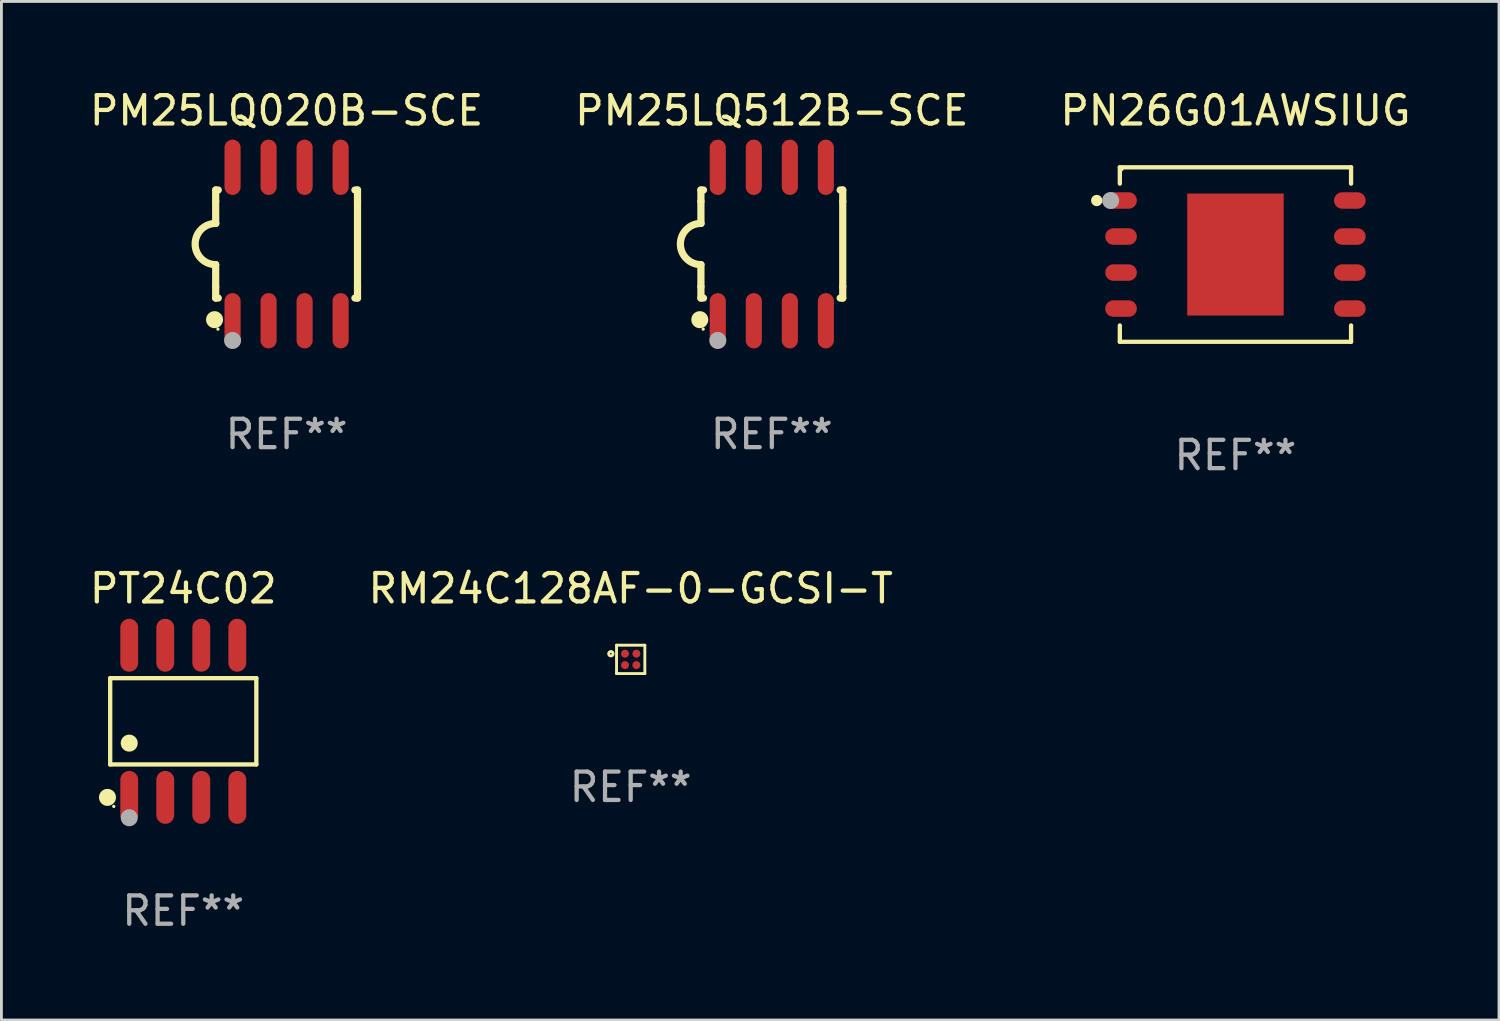
<source format=kicad_pcb>
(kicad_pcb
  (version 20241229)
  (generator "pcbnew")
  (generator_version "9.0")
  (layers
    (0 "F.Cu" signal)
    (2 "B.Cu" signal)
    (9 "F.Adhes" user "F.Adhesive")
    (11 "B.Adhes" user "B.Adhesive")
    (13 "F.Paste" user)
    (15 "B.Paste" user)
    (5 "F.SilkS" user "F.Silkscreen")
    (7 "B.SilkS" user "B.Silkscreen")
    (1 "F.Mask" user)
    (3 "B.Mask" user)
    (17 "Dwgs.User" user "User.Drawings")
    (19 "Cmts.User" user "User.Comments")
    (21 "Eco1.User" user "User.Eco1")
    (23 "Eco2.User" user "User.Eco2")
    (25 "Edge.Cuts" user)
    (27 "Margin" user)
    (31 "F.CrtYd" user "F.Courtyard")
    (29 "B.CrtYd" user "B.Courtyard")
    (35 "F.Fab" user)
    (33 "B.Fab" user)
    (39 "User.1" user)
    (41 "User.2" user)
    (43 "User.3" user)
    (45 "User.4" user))
  (footprint "PN26G01AWSIUG"
    (layer "F.Cu")
    (at 40.506 5.924)
    (property "Reference" "PN26G01AWSIUG" (at 0 -5.076 0) (layer "F.SilkS") (effects (font (size 1 1) (thickness 0.15))))
    (attr through_hole)
    (fp_line (start -4.076 -3.076) (end -4.076 -2.5) (stroke (width 0.152) (type solid)) (layer "F.SilkS"))
    (fp_line (start -4.076 -3.076) (end 4.076 -3.076) (stroke (width 0.152) (type solid)) (layer "F.SilkS"))
    (fp_line (start -4.076 3.076) (end -4.076 2.5) (stroke (width 0.152) (type solid)) (layer "F.SilkS"))
    (fp_line (start 4.076 -3.076) (end 4.076 -2.5) (stroke (width 0.152) (type solid)) (layer "F.SilkS"))
    (fp_line (start 4.076 3.076) (end -4.076 3.076) (stroke (width 0.152) (type solid)) (layer "F.SilkS"))
    (fp_line (start 4.076 3.076) (end 4.076 2.5) (stroke (width 0.152) (type solid)) (layer "F.SilkS"))
    (fp_circle (center -4.891 -1.905) (end -4.79 -1.905) (stroke (width 0.2) (type solid)) (fill no) (layer "F.SilkS"))
    (fp_circle (center -4 -3) (end -3.97 -3) (stroke (width 0.06) (type solid)) (fill no) (layer "F.SilkS"))
    (fp_circle (center -4.4 -1.905) (end -4.25 -1.905) (stroke (width 0.3) (type solid)) (fill no) (layer "F.Fab"))
    (fp_text user "REF**" (at 0 7.076 0) (layer "F.Fab") (effects (font (size 1 1) (thickness 0.15))))
    (pad "1" smd oval (at -4.033 -1.905 270) (size 0.581 1.115) (layers "F.Cu" "F.Mask" "F.Paste"))
    (pad "2" smd oval (at -4.033 -0.635 270) (size 0.581 1.115) (layers "F.Cu" "F.Mask" "F.Paste"))
    (pad "3" smd oval (at -4.033 0.635 270) (size 0.581 1.115) (layers "F.Cu" "F.Mask" "F.Paste"))
    (pad "4" smd oval (at -4.033 1.905 270) (size 0.581 1.115) (layers "F.Cu" "F.Mask" "F.Paste"))
    (pad "5" smd oval (at 4.033 1.905 270) (size 0.581 1.115) (layers "F.Cu" "F.Mask" "F.Paste"))
    (pad "6" smd oval (at 4.033 0.635 270) (size 0.581 1.115) (layers "F.Cu" "F.Mask" "F.Paste"))
    (pad "7" smd oval (at 4.033 -0.635 270) (size 0.581 1.115) (layers "F.Cu" "F.Mask" "F.Paste"))
    (pad "8" smd oval (at 4.033 -1.905 270) (size 0.581 1.115) (layers "F.Cu" "F.Mask" "F.Paste"))
    (pad "9" smd rect (at 0 0) (size 3.4 4.3) (layers "F.Cu" "F.Mask" "F.Paste")))
  (footprint "RM24C128AF-0-GCSI-T"
    (layer "F.Cu")
    (at 19.185 20.197)
    (property "Reference" "RM24C128AF-0-GCSI-T" (at 0 -2.5 0) (layer "F.SilkS") (effects (font (size 1 1) (thickness 0.15))))
    (attr through_hole)
    (fp_line (start -0.499 0.5) (end -0.499 0.44) (stroke (width 0.102) (type solid)) (layer "F.SilkS"))
    (fp_line (start -0.499 -0.5) (end 0.499 -0.5) (stroke (width 0.102) (type solid)) (layer "F.SilkS"))
    (fp_line (start -0.499 0.44) (end -0.499 -0.5) (stroke (width 0.102) (type solid)) (layer "F.SilkS"))
    (fp_line (start -0.44 0.499) (end -0.499 0.499) (stroke (width 0.102) (type solid)) (layer "F.SilkS"))
    (fp_line (start 0.499 -0.5) (end 0.499 0.499) (stroke (width 0.102) (type solid)) (layer "F.SilkS"))
    (fp_line (start 0.499 0.499) (end -0.44 0.499) (stroke (width 0.102) (type solid)) (layer "F.SilkS"))
    (fp_circle (center -0.699 -0.2) (end -0.621 -0.2) (stroke (width 0.102) (type solid)) (fill no) (layer "F.SilkS"))
    (fp_text user "REF**" (at 0 4.5 0) (layer "F.Fab") (effects (font (size 1 1) (thickness 0.15))))
    (pad "A1" smd circle (at -0.2 -0.201) (size 0.28 0.28) (layers "F.Cu" "F.Mask" "F.Paste"))
    (pad "A2" smd circle (at 0.201 -0.201) (size 0.28 0.28) (layers "F.Cu" "F.Mask" "F.Paste"))
    (pad "B1" smd circle (at -0.2 0.2) (size 0.28 0.28) (layers "F.Cu" "F.Mask" "F.Paste"))
    (pad "B2" smd circle (at 0.201 0.2) (size 0.28 0.28) (layers "F.Cu" "F.Mask" "F.Paste")))
  (footprint "PM25LQ020B-SCE"
    (layer "F.Cu")
    (at 7.054 5.553)
    (property "Reference" "PM25LQ020B-SCE" (at 0 -4.705 0) (layer "F.SilkS") (effects (font (size 1 1) (thickness 0.15))))
    (attr through_hole)
    (fp_line (start -2.5 -1.905) (end -2.409 -1.905) (stroke (width 0.254) (type solid)) (layer "F.SilkS"))
    (fp_line (start -2.5 -1.5) (end -2.5 -1.905) (stroke (width 0.254) (type solid)) (layer "F.SilkS"))
    (fp_line (start -2.5 -1.5) (end -2.5 -0.726) (stroke (width 0.254) (type solid)) (layer "F.SilkS"))
    (fp_line (start -2.5 1.5) (end -2.5 0.727) (stroke (width 0.254) (type solid)) (layer "F.SilkS"))
    (fp_line (start -2.5 1.5) (end -2.5 1.905) (stroke (width 0.254) (type solid)) (layer "F.SilkS"))
    (fp_line (start -2.5 1.905) (end -2.409 1.905) (stroke (width 0.254) (type solid)) (layer "F.SilkS"))
    (fp_line (start 2.5 -1.905) (end 2.409 -1.905) (stroke (width 0.254) (type solid)) (layer "F.SilkS"))
    (fp_line (start 2.5 -1.5) (end 2.5 -1.905) (stroke (width 0.254) (type solid)) (layer "F.SilkS"))
    (fp_line (start 2.5 -1.5) (end 2.5 1.5) (stroke (width 0.254) (type solid)) (layer "F.SilkS"))
    (fp_line (start 2.5 1.5) (end 2.5 1.905) (stroke (width 0.254) (type solid)) (layer "F.SilkS"))
    (fp_line (start 2.5 1.905) (end 2.409 1.905) (stroke (width 0.254) (type solid)) (layer "F.SilkS"))
    (fp_arc (start -2.5 0.726568) (mid -3.220316 -0.0023) (end -2.495097 -0.726289) (stroke (width 0.254001) (type solid)) (layer "F.SilkS"))
    (fp_circle (center -2.54 2.667) (end -2.39 2.667) (stroke (width 0.3) (type solid)) (fill no) (layer "F.SilkS"))
    (fp_circle (center -2.42 3) (end -2.39 3) (stroke (width 0.06) (type solid)) (fill no) (layer "F.SilkS"))
    (fp_circle (center -1.905 3.4) (end -1.755 3.4) (stroke (width 0.3) (type solid)) (fill no) (layer "F.Fab"))
    (fp_text user "REF**" (at 0 6.705 0) (layer "F.Fab") (effects (font (size 1 1) (thickness 0.15))))
    (pad "1" smd oval (at -1.905 2.705) (size 0.568 1.95) (layers "F.Cu" "F.Mask" "F.Paste"))
    (pad "2" smd oval (at -0.635 2.705) (size 0.568 1.95) (layers "F.Cu" "F.Mask" "F.Paste"))
    (pad "3" smd oval (at 0.635 2.705) (size 0.568 1.95) (layers "F.Cu" "F.Mask" "F.Paste"))
    (pad "4" smd oval (at 1.905 2.705) (size 0.568 1.95) (layers "F.Cu" "F.Mask" "F.Paste"))
    (pad "5" smd oval (at 1.905 -2.705) (size 0.568 1.95) (layers "F.Cu" "F.Mask" "F.Paste"))
    (pad "6" smd oval (at 0.635 -2.705) (size 0.568 1.95) (layers "F.Cu" "F.Mask" "F.Paste"))
    (pad "7" smd oval (at -0.635 -2.705) (size 0.568 1.95) (layers "F.Cu" "F.Mask" "F.Paste"))
    (pad "8" smd oval (at -1.905 -2.705) (size 0.568 1.95) (layers "F.Cu" "F.Mask" "F.Paste")))
  (footprint "PM25LQ512B-SCE"
    (layer "F.Cu")
    (at 24.161 5.553)
    (property "Reference" "PM25LQ512B-SCE" (at 0 -4.705 0) (layer "F.SilkS") (effects (font (size 1 1) (thickness 0.15))))
    (attr through_hole)
    (fp_line (start -2.5 -1.905) (end -2.409 -1.905) (stroke (width 0.254) (type solid)) (layer "F.SilkS"))
    (fp_line (start -2.5 -1.5) (end -2.5 -1.905) (stroke (width 0.254) (type solid)) (layer "F.SilkS"))
    (fp_line (start -2.5 -1.5) (end -2.5 -0.726) (stroke (width 0.254) (type solid)) (layer "F.SilkS"))
    (fp_line (start -2.5 1.5) (end -2.5 0.727) (stroke (width 0.254) (type solid)) (layer "F.SilkS"))
    (fp_line (start -2.5 1.5) (end -2.5 1.905) (stroke (width 0.254) (type solid)) (layer "F.SilkS"))
    (fp_line (start -2.5 1.905) (end -2.409 1.905) (stroke (width 0.254) (type solid)) (layer "F.SilkS"))
    (fp_line (start 2.5 -1.905) (end 2.409 -1.905) (stroke (width 0.254) (type solid)) (layer "F.SilkS"))
    (fp_line (start 2.5 -1.5) (end 2.5 -1.905) (stroke (width 0.254) (type solid)) (layer "F.SilkS"))
    (fp_line (start 2.5 -1.5) (end 2.5 1.5) (stroke (width 0.254) (type solid)) (layer "F.SilkS"))
    (fp_line (start 2.5 1.5) (end 2.5 1.905) (stroke (width 0.254) (type solid)) (layer "F.SilkS"))
    (fp_line (start 2.5 1.905) (end 2.409 1.905) (stroke (width 0.254) (type solid)) (layer "F.SilkS"))
    (fp_arc (start -2.5 0.726568) (mid -3.220316 -0.0023) (end -2.495097 -0.726289) (stroke (width 0.254001) (type solid)) (layer "F.SilkS"))
    (fp_circle (center -2.54 2.667) (end -2.39 2.667) (stroke (width 0.3) (type solid)) (fill no) (layer "F.SilkS"))
    (fp_circle (center -2.42 3) (end -2.39 3) (stroke (width 0.06) (type solid)) (fill no) (layer "F.SilkS"))
    (fp_circle (center -1.905 3.4) (end -1.755 3.4) (stroke (width 0.3) (type solid)) (fill no) (layer "F.Fab"))
    (fp_text user "REF**" (at 0 6.705 0) (layer "F.Fab") (effects (font (size 1 1) (thickness 0.15))))
    (pad "1" smd oval (at -1.905 2.705) (size 0.568 1.95) (layers "F.Cu" "F.Mask" "F.Paste"))
    (pad "2" smd oval (at -0.635 2.705) (size 0.568 1.95) (layers "F.Cu" "F.Mask" "F.Paste"))
    (pad "3" smd oval (at 0.635 2.705) (size 0.568 1.95) (layers "F.Cu" "F.Mask" "F.Paste"))
    (pad "4" smd oval (at 1.905 2.705) (size 0.568 1.95) (layers "F.Cu" "F.Mask" "F.Paste"))
    (pad "5" smd oval (at 1.905 -2.705) (size 0.568 1.95) (layers "F.Cu" "F.Mask" "F.Paste"))
    (pad "6" smd oval (at 0.635 -2.705) (size 0.568 1.95) (layers "F.Cu" "F.Mask" "F.Paste"))
    (pad "7" smd oval (at -0.635 -2.705) (size 0.568 1.95) (layers "F.Cu" "F.Mask" "F.Paste"))
    (pad "8" smd oval (at -1.905 -2.705) (size 0.568 1.95) (layers "F.Cu" "F.Mask" "F.Paste")))
  (footprint "PT24C02"
    (layer "F.Cu")
    (at 3.411 22.38)
    (property "Reference" "PT24C02" (at 0 -4.682 0) (layer "F.SilkS") (effects (font (size 1 1) (thickness 0.15))))
    (attr through_hole)
    (fp_line (start -2.576 -1.521) (end 2.576 -1.521) (stroke (width 0.152) (type solid)) (layer "F.SilkS"))
    (fp_line (start -2.576 1.521) (end -2.576 -1.521) (stroke (width 0.152) (type solid)) (layer "F.SilkS"))
    (fp_line (start 2.576 -1.521) (end 2.576 1.521) (stroke (width 0.152) (type solid)) (layer "F.SilkS"))
    (fp_line (start 2.576 1.521) (end -2.576 1.521) (stroke (width 0.152) (type solid)) (layer "F.SilkS"))
    (fp_circle (center -2.672 2.682) (end -2.522 2.682) (stroke (width 0.3) (type solid)) (fill no) (layer "F.SilkS"))
    (fp_circle (center -2.45 3) (end -2.42 3) (stroke (width 0.06) (type solid)) (fill no) (layer "F.SilkS"))
    (fp_circle (center -1.905 0.769) (end -1.755 0.769) (stroke (width 0.3) (type solid)) (fill no) (layer "F.SilkS"))
    (fp_circle (center -1.905 3.4) (end -1.755 3.4) (stroke (width 0.3) (type solid)) (fill no) (layer "F.Fab"))
    (fp_text user "REF**" (at 0 6.682 0) (layer "F.Fab") (effects (font (size 1 1) (thickness 0.15))))
    (pad "1" smd oval (at -1.905 2.682) (size 0.63 1.865) (layers "F.Cu" "F.Mask" "F.Paste"))
    (pad "2" smd oval (at -0.635 2.682) (size 0.63 1.865) (layers "F.Cu" "F.Mask" "F.Paste"))
    (pad "3" smd oval (at 0.635 2.682) (size 0.63 1.865) (layers "F.Cu" "F.Mask" "F.Paste"))
    (pad "4" smd oval (at 1.905 2.682) (size 0.63 1.865) (layers "F.Cu" "F.Mask" "F.Paste"))
    (pad "5" smd oval (at 1.905 -2.682) (size 0.63 1.865) (layers "F.Cu" "F.Mask" "F.Paste"))
    (pad "6" smd oval (at 0.635 -2.682) (size 0.63 1.865) (layers "F.Cu" "F.Mask" "F.Paste"))
    (pad "7" smd oval (at -0.635 -2.682) (size 0.63 1.865) (layers "F.Cu" "F.Mask" "F.Paste"))
    (pad "8" smd oval (at -1.905 -2.682) (size 0.63 1.865) (layers "F.Cu" "F.Mask" "F.Paste")))
  (gr_rect
    (start -3 -3)
    (end 49.798 32.91)
    (stroke (width 0.1) (type default))
    (fill no)
    (layer "Edge.Cuts")))
</source>
